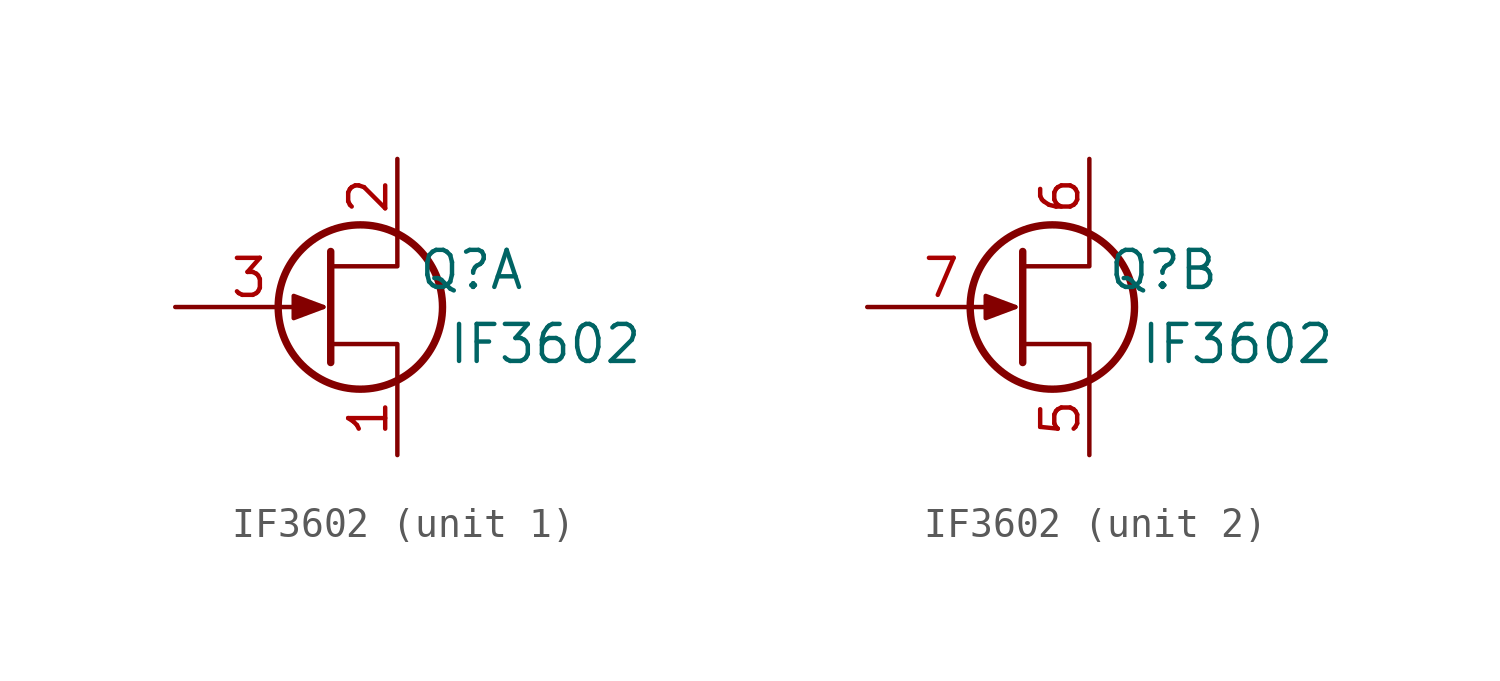
<source format=kicad_sym>
(kicad_symbol_lib
  (version 20211014)
  (generator kicad_symbol_editor)
  (symbol "IF3602"
    (pin_names hide)
    (property "Reference" "Q"
      (at 2.54 1.27 0)
      (effects (font (size 1.27 1.27))))
    (property "Value" "IF3602"
      (at 5.08 -1.27 0)
      (effects (font (size 1.27 1.27))))
    (symbol "IF3602_0_1"
      (circle (center -1.27 0) (radius 2.819) (stroke (width 0.254) (type default) (color 0 0 0 0)) (fill (type none)))
      (polyline (pts (xy -2.286 1.905) (xy -2.286 -1.905) (xy -2.286 -1.905)) (stroke (width 0.254) (type default) (color 0 0 0 0)) (fill (type none)))
      (polyline (pts (xy 0 -2.54) (xy 0 -1.27) (xy -2.286 -1.27)) (stroke (width 0) (type default) (color 0 0 0 0)) (fill (type none)))
      (polyline (pts (xy 0 2.54) (xy 0 1.397) (xy -2.286 1.397)) (stroke (width 0) (type default) (color 0 0 0 0)) (fill (type none)))
      (polyline (pts (xy -2.54 0) (xy -3.556 0.381) (xy -3.556 -0.381) (xy -2.54 0)) (stroke (width 0) (type default) (color 0 0 0 0)) (fill (type outline))))
    (symbol "IF3602_1_1"
      (pin passive line (at 0 -5.08 90) (length 2.54) (name "S" (effects (font (size 1.27 1.27)))) (number "1" (effects (font (size 1.27 1.27)))))
      (pin passive line (at 0 5.08 270) (length 2.54) (name "D" (effects (font (size 1.27 1.27)))) (number "2" (effects (font (size 1.27 1.27)))))
      (pin input line (at -7.62 0 0) (length 5.08) (name "G" (effects (font (size 1.27 1.27)))) (number "3" (effects (font (size 1.27 1.27))))))
    (symbol "IF3602_2_1"
      (pin passive line (at 0 -5.08 90) (length 2.54) (name "S" (effects (font (size 1.27 1.27)))) (number "5" (effects (font (size 1.27 1.27)))))
      (pin passive line (at 0 5.08 270) (length 2.54) (name "D" (effects (font (size 1.27 1.27)))) (number "6" (effects (font (size 1.27 1.27)))))
      (pin input line (at -7.62 0 0) (length 5.08) (name "G" (effects (font (size 1.27 1.27)))) (number "7" (effects (font (size 1.27 1.27))))))))
</source>
